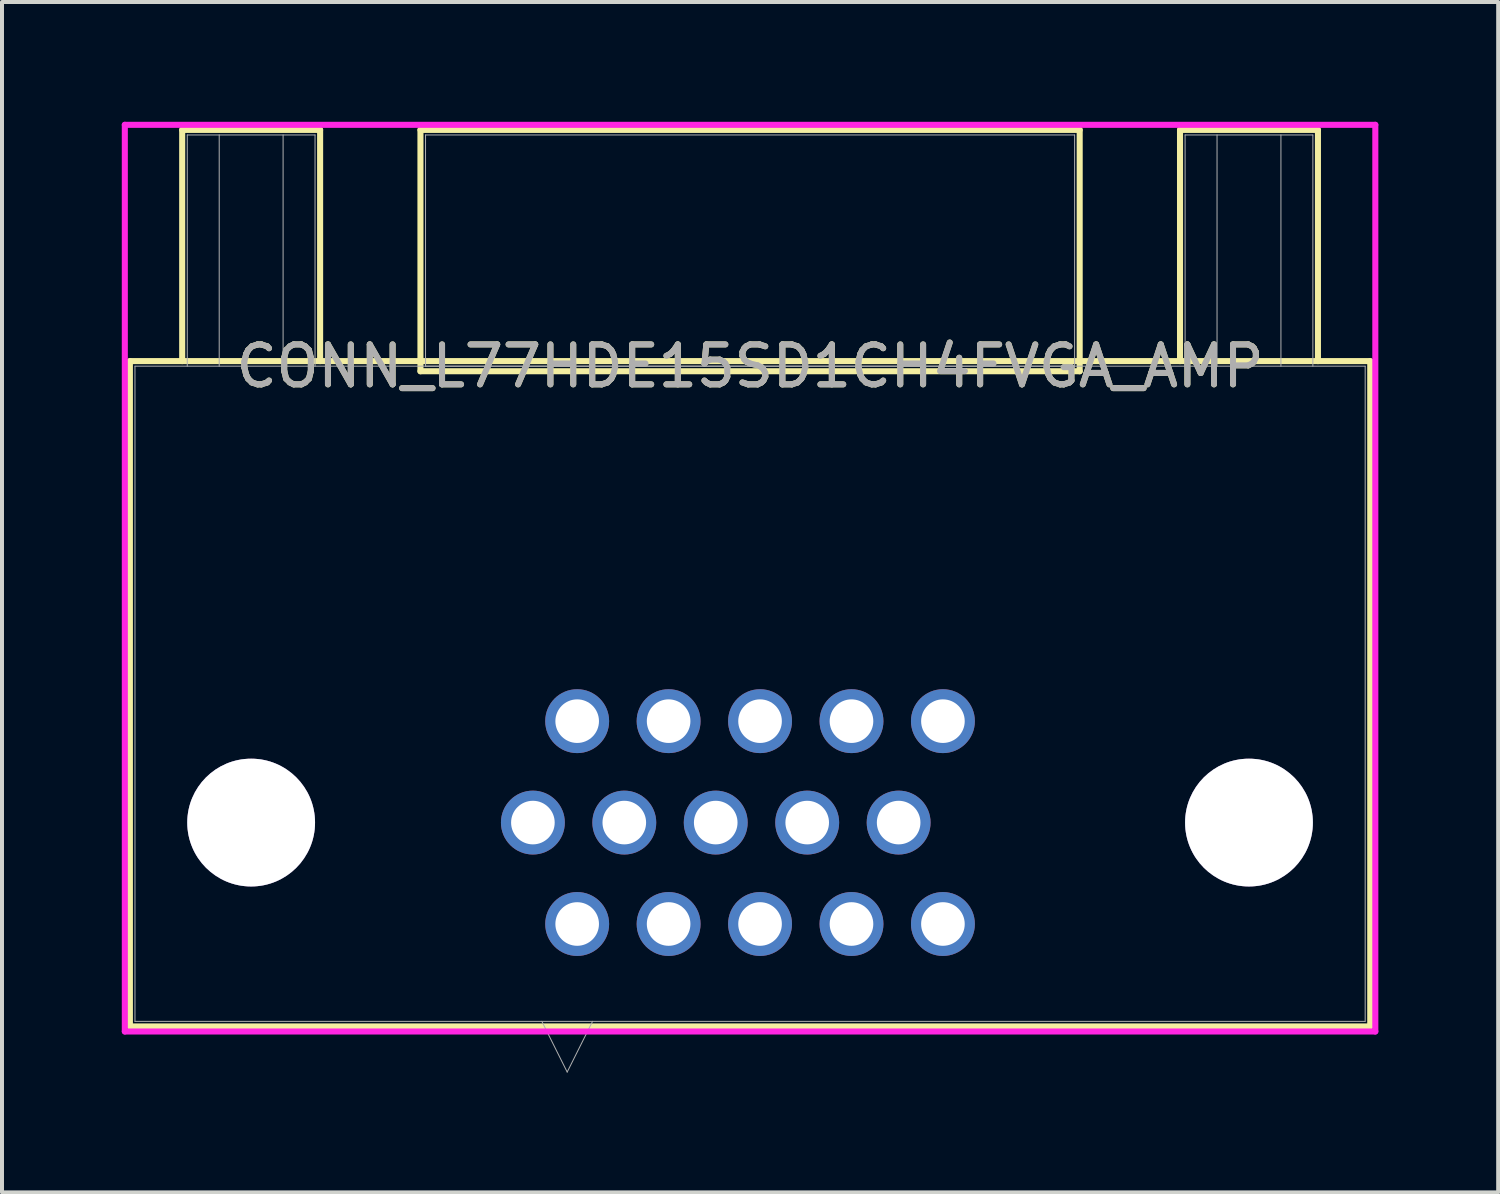
<source format=kicad_pcb>
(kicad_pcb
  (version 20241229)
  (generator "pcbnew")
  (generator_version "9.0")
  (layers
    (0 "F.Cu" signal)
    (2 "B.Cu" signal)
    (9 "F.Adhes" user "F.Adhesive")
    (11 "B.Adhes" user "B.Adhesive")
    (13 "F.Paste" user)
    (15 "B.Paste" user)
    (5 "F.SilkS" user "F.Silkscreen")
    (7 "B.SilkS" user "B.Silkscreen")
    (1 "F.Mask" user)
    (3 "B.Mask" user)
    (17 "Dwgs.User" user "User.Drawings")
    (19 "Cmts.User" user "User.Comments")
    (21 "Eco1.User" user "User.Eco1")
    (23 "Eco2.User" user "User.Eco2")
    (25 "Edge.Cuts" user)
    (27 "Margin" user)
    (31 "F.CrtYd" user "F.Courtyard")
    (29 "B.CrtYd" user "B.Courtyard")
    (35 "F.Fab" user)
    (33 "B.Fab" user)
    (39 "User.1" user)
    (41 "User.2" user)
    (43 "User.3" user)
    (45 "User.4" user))
  (footprint "CONN_L77HDE15SD1CH4FVGA_AMP"
    (layer "F.Cu")
    (at 15.735 6.121)
    (property "Reference" "CONN_L77HDE15SD1CH4FVGA_AMP" (at 0 0 0) (unlocked yes) (layer "F.SilkS") (effects (font (size 1 1) (thickness 0.15))))
    (attr through_hole)
    (fp_line (start -15.532 -0.127) (end -15.532 16.535) (stroke (width 0.152) (type solid)) (layer "F.SilkS"))
    (fp_line (start -15.532 16.535) (end 15.532 16.535) (stroke (width 0.152) (type solid)) (layer "F.SilkS"))
    (fp_line (start -14.222 -5.918) (end -10.768 -5.918) (stroke (width 0.152) (type solid)) (layer "F.SilkS"))
    (fp_line (start -14.222 -0.127) (end -14.222 -5.918) (stroke (width 0.152) (type solid)) (layer "F.SilkS"))
    (fp_line (start -10.768 -5.918) (end -10.768 -0.127) (stroke (width 0.152) (type solid)) (layer "F.SilkS"))
    (fp_line (start -8.255 -5.918) (end -8.255 0.127) (stroke (width 0.152) (type solid)) (layer "F.SilkS"))
    (fp_line (start -8.255 0.127) (end 8.255 0.127) (stroke (width 0.152) (type solid)) (layer "F.SilkS"))
    (fp_line (start 8.255 -5.918) (end -8.255 -5.918) (stroke (width 0.152) (type solid)) (layer "F.SilkS"))
    (fp_line (start 8.255 0.127) (end 8.255 -5.918) (stroke (width 0.152) (type solid)) (layer "F.SilkS"))
    (fp_line (start 10.768 -5.918) (end 14.222 -5.918) (stroke (width 0.152) (type solid)) (layer "F.SilkS"))
    (fp_line (start 10.768 -0.127) (end 10.768 -5.918) (stroke (width 0.152) (type solid)) (layer "F.SilkS"))
    (fp_line (start 14.222 -5.918) (end 14.222 -0.127) (stroke (width 0.152) (type solid)) (layer "F.SilkS"))
    (fp_line (start 15.532 -0.127) (end -15.532 -0.127) (stroke (width 0.152) (type solid)) (layer "F.SilkS"))
    (fp_line (start 15.532 16.535) (end 15.532 -0.127) (stroke (width 0.152) (type solid)) (layer "F.SilkS"))
    (fp_line (start -15.659 -6.045) (end -15.659 16.662) (stroke (width 0.152) (type solid)) (layer "F.CrtYd"))
    (fp_line (start -15.659 16.662) (end 15.659 16.662) (stroke (width 0.152) (type solid)) (layer "F.CrtYd"))
    (fp_line (start 15.659 -6.045) (end -15.659 -6.045) (stroke (width 0.152) (type solid)) (layer "F.CrtYd"))
    (fp_line (start 15.659 16.662) (end 15.659 -6.045) (stroke (width 0.152) (type solid)) (layer "F.CrtYd"))
    (fp_line (start -15.405 0) (end -15.405 16.408) (stroke (width 0.025) (type solid)) (layer "F.Fab"))
    (fp_line (start -15.405 16.408) (end 15.405 16.408) (stroke (width 0.025) (type solid)) (layer "F.Fab"))
    (fp_line (start -14.095 -5.791) (end -10.895 -5.791) (stroke (width 0.025) (type solid)) (layer "F.Fab"))
    (fp_line (start -14.095 0) (end -14.095 -5.791) (stroke (width 0.025) (type solid)) (layer "F.Fab"))
    (fp_line (start -13.295 0) (end -13.295 -5.791) (stroke (width 0.025) (type solid)) (layer "F.Fab"))
    (fp_line (start -11.695 -5.791) (end -11.695 0) (stroke (width 0.025) (type solid)) (layer "F.Fab"))
    (fp_line (start -10.895 -5.791) (end -10.895 0) (stroke (width 0.025) (type solid)) (layer "F.Fab"))
    (fp_line (start -8.128 -5.791) (end -8.128 0) (stroke (width 0.025) (type solid)) (layer "F.Fab"))
    (fp_line (start -8.128 0) (end 8.128 0) (stroke (width 0.025) (type solid)) (layer "F.Fab"))
    (fp_line (start -5.215 16.408) (end -4.58 17.678) (stroke (width 0.025) (type solid)) (layer "F.Fab"))
    (fp_line (start -3.945 16.408) (end -4.58 17.678) (stroke (width 0.025) (type solid)) (layer "F.Fab"))
    (fp_line (start 8.128 -5.791) (end -8.128 -5.791) (stroke (width 0.025) (type solid)) (layer "F.Fab"))
    (fp_line (start 8.128 0) (end 8.128 -5.791) (stroke (width 0.025) (type solid)) (layer "F.Fab"))
    (fp_line (start 10.895 -5.791) (end 14.095 -5.791) (stroke (width 0.025) (type solid)) (layer "F.Fab"))
    (fp_line (start 10.895 0) (end 10.895 -5.791) (stroke (width 0.025) (type solid)) (layer "F.Fab"))
    (fp_line (start 11.695 0) (end 11.695 -5.791) (stroke (width 0.025) (type solid)) (layer "F.Fab"))
    (fp_line (start 13.295 -5.791) (end 13.295 0) (stroke (width 0.025) (type solid)) (layer "F.Fab"))
    (fp_line (start 14.095 -5.791) (end 14.095 0) (stroke (width 0.025) (type solid)) (layer "F.Fab"))
    (fp_line (start 15.405 0) (end -15.405 0) (stroke (width 0.025) (type solid)) (layer "F.Fab"))
    (fp_line (start 15.405 16.408) (end 15.405 0) (stroke (width 0.025) (type solid)) (layer "F.Fab"))
    (fp_text user "${REFERENCE}" (at 0 0 0) (unlocked yes) (layer "F.Fab") (effects (font (size 1 1) (thickness 0.15))))
    (pad "0" thru_hole circle (at -12.495 11.43) (size 3.2 3.2) (drill 3.2) (layers "*.Cu" "*.Mask"))
    (pad "0" thru_hole circle (at 12.495 11.43) (size 3.2 3.2) (drill 3.2) (layers "*.Cu" "*.Mask"))
    (pad "1" thru_hole circle (at -4.33 13.97) (size 1.6 1.6) (drill 1.092) (layers "*.Cu" "*.Mask"))
    (pad "2" thru_hole circle (at -2.04 13.97) (size 1.6 1.6) (drill 1.092) (layers "*.Cu" "*.Mask"))
    (pad "3" thru_hole circle (at 0.25 13.97) (size 1.6 1.6) (drill 1.092) (layers "*.Cu" "*.Mask"))
    (pad "4" thru_hole circle (at 2.54 13.97) (size 1.6 1.6) (drill 1.092) (layers "*.Cu" "*.Mask"))
    (pad "5" thru_hole circle (at 4.83 13.97) (size 1.6 1.6) (drill 1.092) (layers "*.Cu" "*.Mask"))
    (pad "6" thru_hole circle (at -5.439 11.43) (size 1.6 1.6) (drill 1.092) (layers "*.Cu" "*.Mask"))
    (pad "7" thru_hole circle (at -3.15 11.43) (size 1.6 1.6) (drill 1.092) (layers "*.Cu" "*.Mask"))
    (pad "8" thru_hole circle (at -0.86 11.43) (size 1.6 1.6) (drill 1.092) (layers "*.Cu" "*.Mask"))
    (pad "9" thru_hole circle (at 1.431 11.43) (size 1.6 1.6) (drill 1.092) (layers "*.Cu" "*.Mask"))
    (pad "10" thru_hole circle (at 3.721 11.43) (size 1.6 1.6) (drill 1.092) (layers "*.Cu" "*.Mask"))
    (pad "11" thru_hole circle (at -4.33 8.89) (size 1.6 1.6) (drill 1.092) (layers "*.Cu" "*.Mask"))
    (pad "12" thru_hole circle (at -2.04 8.89) (size 1.6 1.6) (drill 1.092) (layers "*.Cu" "*.Mask"))
    (pad "13" thru_hole circle (at 0.25 8.89) (size 1.6 1.6) (drill 1.092) (layers "*.Cu" "*.Mask"))
    (pad "14" thru_hole circle (at 2.54 8.89) (size 1.6 1.6) (drill 1.092) (layers "*.Cu" "*.Mask"))
    (pad "15" thru_hole circle (at 4.83 8.89) (size 1.6 1.6) (drill 1.092) (layers "*.Cu" "*.Mask")))
  (gr_rect
    (start -3 -3)
    (end 34.471 26.812)
    (stroke (width 0.1) (type default))
    (fill no)
    (layer "Edge.Cuts")))
</source>
